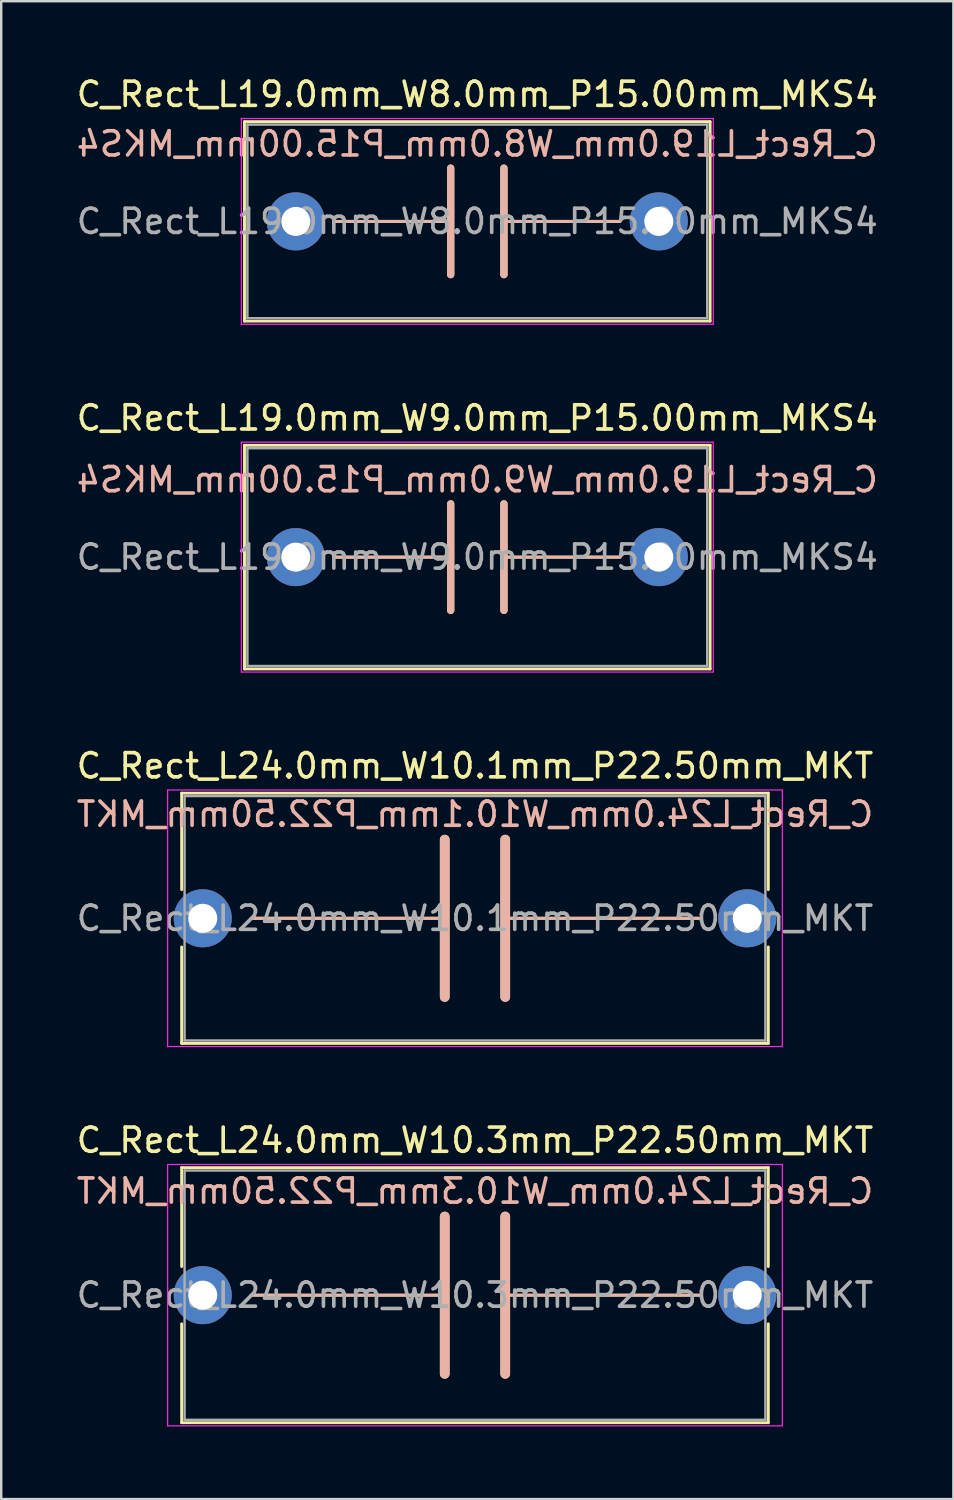
<source format=kicad_pcb>
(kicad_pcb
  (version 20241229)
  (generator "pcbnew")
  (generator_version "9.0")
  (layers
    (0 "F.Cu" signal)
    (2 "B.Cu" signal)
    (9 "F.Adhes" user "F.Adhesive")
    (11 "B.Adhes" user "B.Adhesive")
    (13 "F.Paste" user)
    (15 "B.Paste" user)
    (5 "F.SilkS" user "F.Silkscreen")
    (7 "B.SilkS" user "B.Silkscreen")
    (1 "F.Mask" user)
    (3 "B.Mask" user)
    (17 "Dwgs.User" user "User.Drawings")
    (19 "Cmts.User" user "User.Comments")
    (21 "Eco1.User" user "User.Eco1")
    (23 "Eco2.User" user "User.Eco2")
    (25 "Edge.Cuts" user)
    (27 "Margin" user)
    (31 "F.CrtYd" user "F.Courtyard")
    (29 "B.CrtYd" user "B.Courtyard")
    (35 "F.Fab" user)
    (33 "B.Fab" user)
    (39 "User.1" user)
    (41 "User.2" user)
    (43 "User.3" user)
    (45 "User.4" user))
  (footprint "C_Rect_L19.0mm_W8.0mm_P15.00mm_MKS4"
    (layer "F.Cu")
    (at 9.173 6.098)
    (property "Reference" "C_Rect_L19.0mm_W8.0mm_P15.00mm_MKS4" (at 7.5 -5.25 0) (layer "F.SilkS") (effects (font (size 1 1) (thickness 0.15))))
    (fp_line (start -2.12 -4.12) (end -2.12 4.12) (stroke (width 0.12) (type solid)) (layer "F.SilkS"))
    (fp_line (start -2.12 -4.12) (end 17.12 -4.12) (stroke (width 0.12) (type solid)) (layer "F.SilkS"))
    (fp_line (start -2.12 4.12) (end 17.12 4.12) (stroke (width 0.12) (type solid)) (layer "F.SilkS"))
    (fp_line (start 1.6 0) (end 6.4 0) (stroke (width 0.12) (type solid)) (layer "F.SilkS"))
    (fp_line (start 6.4 -2.2) (end 6.4 2.2) (stroke (width 0.3) (type solid)) (layer "F.SilkS"))
    (fp_line (start 8.6 -2.2) (end 8.6 2.2) (stroke (width 0.3) (type solid)) (layer "F.SilkS"))
    (fp_line (start 8.6 0) (end 13.4 0) (stroke (width 0.12) (type solid)) (layer "F.SilkS"))
    (fp_line (start 17.12 -4.12) (end 17.12 4.12) (stroke (width 0.12) (type solid)) (layer "F.SilkS"))
    (fp_line (start 1.6 0) (end 6.4 0) (stroke (width 0.12) (type solid)) (layer "B.SilkS"))
    (fp_line (start 6.4 2.2) (end 6.4 -2.2) (stroke (width 0.3) (type solid)) (layer "B.SilkS"))
    (fp_line (start 8.6 0) (end 13.4 0) (stroke (width 0.12) (type solid)) (layer "B.SilkS"))
    (fp_line (start 8.6 2.2) (end 8.6 -2.2) (stroke (width 0.3) (type solid)) (layer "B.SilkS"))
    (fp_line (start -2.25 -4.25) (end -2.25 4.25) (stroke (width 0.05) (type solid)) (layer "F.CrtYd"))
    (fp_line (start -2.25 4.25) (end 17.25 4.25) (stroke (width 0.05) (type solid)) (layer "F.CrtYd"))
    (fp_line (start 17.25 -4.25) (end -2.25 -4.25) (stroke (width 0.05) (type solid)) (layer "F.CrtYd"))
    (fp_line (start 17.25 4.25) (end 17.25 -4.25) (stroke (width 0.05) (type solid)) (layer "F.CrtYd"))
    (fp_line (start -2 -4) (end -2 4) (stroke (width 0.1) (type solid)) (layer "F.Fab"))
    (fp_line (start -2 4) (end 17 4) (stroke (width 0.1) (type solid)) (layer "F.Fab"))
    (fp_line (start 17 -4) (end -2 -4) (stroke (width 0.1) (type solid)) (layer "F.Fab"))
    (fp_line (start 17 4) (end 17 -4) (stroke (width 0.1) (type solid)) (layer "F.Fab"))
    (fp_text user "${REFERENCE}" (at 7.5 -3.2 0) (layer "B.SilkS") (effects (font (size 1 1) (thickness 0.15)) (justify mirror)))
    (fp_text user "${REFERENCE}" (at 7.5 0 0) (layer "F.Fab") (effects (font (size 1 1) (thickness 0.15))))
    (pad "1" thru_hole circle (at 0 0) (size 2.4 2.4) (drill 1.2) (layers "*.Cu" "*.Mask"))
    (pad "2" thru_hole circle (at 15 0) (size 2.4 2.4) (drill 1.2) (layers "*.Cu" "*.Mask")))
  (footprint "C_Rect_L24.0mm_W10.1mm_P22.50mm_MKT"
    (layer "F.Cu")
    (at 5.327 34.895)
    (property "Reference" "C_Rect_L24.0mm_W10.1mm_P22.50mm_MKT" (at 11.25 -6.3 0) (layer "F.SilkS") (effects (font (size 1 1) (thickness 0.15))))
    (fp_line (start -0.87 -5.17) (end -0.87 -1.185) (stroke (width 0.12) (type solid)) (layer "F.SilkS"))
    (fp_line (start -0.87 -5.17) (end 23.37 -5.17) (stroke (width 0.12) (type solid)) (layer "F.SilkS"))
    (fp_line (start -0.87 1.185) (end -0.87 5.17) (stroke (width 0.12) (type solid)) (layer "F.SilkS"))
    (fp_line (start -0.87 5.17) (end 23.37 5.17) (stroke (width 0.12) (type solid)) (layer "F.SilkS"))
    (fp_line (start 2 0) (end 10 0) (stroke (width 0.12) (type solid)) (layer "F.SilkS"))
    (fp_line (start 10 -3.25) (end 10 3.25) (stroke (width 0.4) (type solid)) (layer "F.SilkS"))
    (fp_line (start 12.5 -3.25) (end 12.5 3.25) (stroke (width 0.4) (type solid)) (layer "F.SilkS"))
    (fp_line (start 12.5 0) (end 20.5 0) (stroke (width 0.12) (type solid)) (layer "F.SilkS"))
    (fp_line (start 23.37 -5.17) (end 23.37 -1.185) (stroke (width 0.12) (type solid)) (layer "F.SilkS"))
    (fp_line (start 23.37 1.185) (end 23.37 5.17) (stroke (width 0.12) (type solid)) (layer "F.SilkS"))
    (fp_line (start 2 0) (end 10 0) (stroke (width 0.12) (type solid)) (layer "B.SilkS"))
    (fp_line (start 10 3.25) (end 10 -3.25) (stroke (width 0.4) (type solid)) (layer "B.SilkS"))
    (fp_line (start 12.5 0) (end 20.5 0) (stroke (width 0.12) (type solid)) (layer "B.SilkS"))
    (fp_line (start 12.5 3.25) (end 12.5 -3.25) (stroke (width 0.4) (type solid)) (layer "B.SilkS"))
    (fp_line (start -1.45 -5.3) (end -1.45 5.3) (stroke (width 0.05) (type solid)) (layer "F.CrtYd"))
    (fp_line (start -1.45 5.3) (end 23.95 5.3) (stroke (width 0.05) (type solid)) (layer "F.CrtYd"))
    (fp_line (start 23.95 -5.3) (end -1.45 -5.3) (stroke (width 0.05) (type solid)) (layer "F.CrtYd"))
    (fp_line (start 23.95 5.3) (end 23.95 -5.3) (stroke (width 0.05) (type solid)) (layer "F.CrtYd"))
    (fp_line (start -0.75 -5.05) (end -0.75 5.05) (stroke (width 0.1) (type solid)) (layer "F.Fab"))
    (fp_line (start -0.75 5.05) (end 23.25 5.05) (stroke (width 0.1) (type solid)) (layer "F.Fab"))
    (fp_line (start 23.25 -5.05) (end -0.75 -5.05) (stroke (width 0.1) (type solid)) (layer "F.Fab"))
    (fp_line (start 23.25 5.05) (end 23.25 -5.05) (stroke (width 0.1) (type solid)) (layer "F.Fab"))
    (fp_text user "${REFERENCE}" (at 11.25 -4.3 0) (layer "B.SilkS") (effects (font (size 1 1) (thickness 0.15)) (justify mirror)))
    (fp_text user "${REFERENCE}" (at 11.25 0 0) (layer "F.Fab") (effects (font (size 1 1) (thickness 0.15))))
    (pad "1" thru_hole circle (at 0 0) (size 2.4 2.4) (drill 1.2) (layers "*.Cu" "*.Mask"))
    (pad "2" thru_hole circle (at 22.5 0) (size 2.4 2.4) (drill 1.2) (layers "*.Cu" "*.Mask")))
  (footprint "C_Rect_L19.0mm_W9.0mm_P15.00mm_MKS4"
    (layer "F.Cu")
    (at 9.173 19.971)
    (property "Reference" "C_Rect_L19.0mm_W9.0mm_P15.00mm_MKS4" (at 7.5 -5.75 0) (layer "F.SilkS") (effects (font (size 1 1) (thickness 0.15))))
    (fp_line (start -2.12 -4.62) (end -2.12 4.62) (stroke (width 0.12) (type solid)) (layer "F.SilkS"))
    (fp_line (start -2.12 -4.62) (end 17.12 -4.62) (stroke (width 0.12) (type solid)) (layer "F.SilkS"))
    (fp_line (start -2.12 4.62) (end 17.12 4.62) (stroke (width 0.12) (type solid)) (layer "F.SilkS"))
    (fp_line (start 1.6 0) (end 6.4 0) (stroke (width 0.12) (type solid)) (layer "F.SilkS"))
    (fp_line (start 6.4 -2.2) (end 6.4 2.2) (stroke (width 0.3) (type solid)) (layer "F.SilkS"))
    (fp_line (start 8.6 -2.2) (end 8.6 2.2) (stroke (width 0.3) (type solid)) (layer "F.SilkS"))
    (fp_line (start 8.6 0) (end 13.4 0) (stroke (width 0.12) (type solid)) (layer "F.SilkS"))
    (fp_line (start 17.12 -4.62) (end 17.12 4.62) (stroke (width 0.12) (type solid)) (layer "F.SilkS"))
    (fp_line (start 1.6 0) (end 6.4 0) (stroke (width 0.12) (type solid)) (layer "B.SilkS"))
    (fp_line (start 6.4 2.2) (end 6.4 -2.2) (stroke (width 0.3) (type solid)) (layer "B.SilkS"))
    (fp_line (start 8.6 0) (end 13.4 0) (stroke (width 0.12) (type solid)) (layer "B.SilkS"))
    (fp_line (start 8.6 2.2) (end 8.6 -2.2) (stroke (width 0.3) (type solid)) (layer "B.SilkS"))
    (fp_line (start -2.25 -4.75) (end -2.25 4.75) (stroke (width 0.05) (type solid)) (layer "F.CrtYd"))
    (fp_line (start -2.25 4.75) (end 17.25 4.75) (stroke (width 0.05) (type solid)) (layer "F.CrtYd"))
    (fp_line (start 17.25 -4.75) (end -2.25 -4.75) (stroke (width 0.05) (type solid)) (layer "F.CrtYd"))
    (fp_line (start 17.25 4.75) (end 17.25 -4.75) (stroke (width 0.05) (type solid)) (layer "F.CrtYd"))
    (fp_line (start -2 -4.5) (end -2 4.5) (stroke (width 0.1) (type solid)) (layer "F.Fab"))
    (fp_line (start -2 4.5) (end 17 4.5) (stroke (width 0.1) (type solid)) (layer "F.Fab"))
    (fp_line (start 17 -4.5) (end -2 -4.5) (stroke (width 0.1) (type solid)) (layer "F.Fab"))
    (fp_line (start 17 4.5) (end 17 -4.5) (stroke (width 0.1) (type solid)) (layer "F.Fab"))
    (fp_text user "${REFERENCE}" (at 7.5 -3.2 0) (layer "B.SilkS") (effects (font (size 1 1) (thickness 0.15)) (justify mirror)))
    (fp_text user "${REFERENCE}" (at 7.5 0 0) (layer "F.Fab") (effects (font (size 1 1) (thickness 0.15))))
    (pad "1" thru_hole circle (at 0 0) (size 2.4 2.4) (drill 1.2) (layers "*.Cu" "*.Mask"))
    (pad "2" thru_hole circle (at 15 0) (size 2.4 2.4) (drill 1.2) (layers "*.Cu" "*.Mask")))
  (footprint "C_Rect_L24.0mm_W10.3mm_P22.50mm_MKT"
    (layer "F.Cu")
    (at 5.327 50.468)
    (property "Reference" "C_Rect_L24.0mm_W10.3mm_P22.50mm_MKT" (at 11.25 -6.4 0) (layer "F.SilkS") (effects (font (size 1 1) (thickness 0.15))))
    (fp_line (start -0.87 -5.27) (end -0.87 -1.185) (stroke (width 0.12) (type solid)) (layer "F.SilkS"))
    (fp_line (start -0.87 -5.27) (end 23.37 -5.27) (stroke (width 0.12) (type solid)) (layer "F.SilkS"))
    (fp_line (start -0.87 1.185) (end -0.87 5.27) (stroke (width 0.12) (type solid)) (layer "F.SilkS"))
    (fp_line (start -0.87 5.27) (end 23.37 5.27) (stroke (width 0.12) (type solid)) (layer "F.SilkS"))
    (fp_line (start 2 0) (end 10 0) (stroke (width 0.12) (type solid)) (layer "F.SilkS"))
    (fp_line (start 10 -3.25) (end 10 3.25) (stroke (width 0.4) (type solid)) (layer "F.SilkS"))
    (fp_line (start 12.5 -3.25) (end 12.5 3.25) (stroke (width 0.4) (type solid)) (layer "F.SilkS"))
    (fp_line (start 12.5 0) (end 20.5 0) (stroke (width 0.12) (type solid)) (layer "F.SilkS"))
    (fp_line (start 23.37 -5.27) (end 23.37 -1.185) (stroke (width 0.12) (type solid)) (layer "F.SilkS"))
    (fp_line (start 23.37 1.185) (end 23.37 5.27) (stroke (width 0.12) (type solid)) (layer "F.SilkS"))
    (fp_line (start 2 0) (end 10 0) (stroke (width 0.12) (type solid)) (layer "B.SilkS"))
    (fp_line (start 10 3.25) (end 10 -3.25) (stroke (width 0.4) (type solid)) (layer "B.SilkS"))
    (fp_line (start 12.5 0) (end 20.5 0) (stroke (width 0.12) (type solid)) (layer "B.SilkS"))
    (fp_line (start 12.5 3.25) (end 12.5 -3.25) (stroke (width 0.4) (type solid)) (layer "B.SilkS"))
    (fp_line (start -1.45 -5.4) (end -1.45 5.4) (stroke (width 0.05) (type solid)) (layer "F.CrtYd"))
    (fp_line (start -1.45 5.4) (end 23.95 5.4) (stroke (width 0.05) (type solid)) (layer "F.CrtYd"))
    (fp_line (start 23.95 -5.4) (end -1.45 -5.4) (stroke (width 0.05) (type solid)) (layer "F.CrtYd"))
    (fp_line (start 23.95 5.4) (end 23.95 -5.4) (stroke (width 0.05) (type solid)) (layer "F.CrtYd"))
    (fp_line (start -0.75 -5.15) (end -0.75 5.15) (stroke (width 0.1) (type solid)) (layer "F.Fab"))
    (fp_line (start -0.75 5.15) (end 23.25 5.15) (stroke (width 0.1) (type solid)) (layer "F.Fab"))
    (fp_line (start 23.25 -5.15) (end -0.75 -5.15) (stroke (width 0.1) (type solid)) (layer "F.Fab"))
    (fp_line (start 23.25 5.15) (end 23.25 -5.15) (stroke (width 0.1) (type solid)) (layer "F.Fab"))
    (fp_text user "${REFERENCE}" (at 11.25 -4.3 0) (layer "B.SilkS") (effects (font (size 1 1) (thickness 0.15)) (justify mirror)))
    (fp_text user "${REFERENCE}" (at 11.25 0 0) (layer "F.Fab") (effects (font (size 1 1) (thickness 0.15))))
    (pad "1" thru_hole circle (at 0 0) (size 2.4 2.4) (drill 1.2) (layers "*.Cu" "*.Mask"))
    (pad "2" thru_hole circle (at 22.5 0) (size 2.4 2.4) (drill 1.2) (layers "*.Cu" "*.Mask")))
  (gr_rect
    (start -3 -3)
    (end 36.345 58.893)
    (stroke (width 0.1) (type default))
    (fill no)
    (layer "Edge.Cuts")))
</source>
